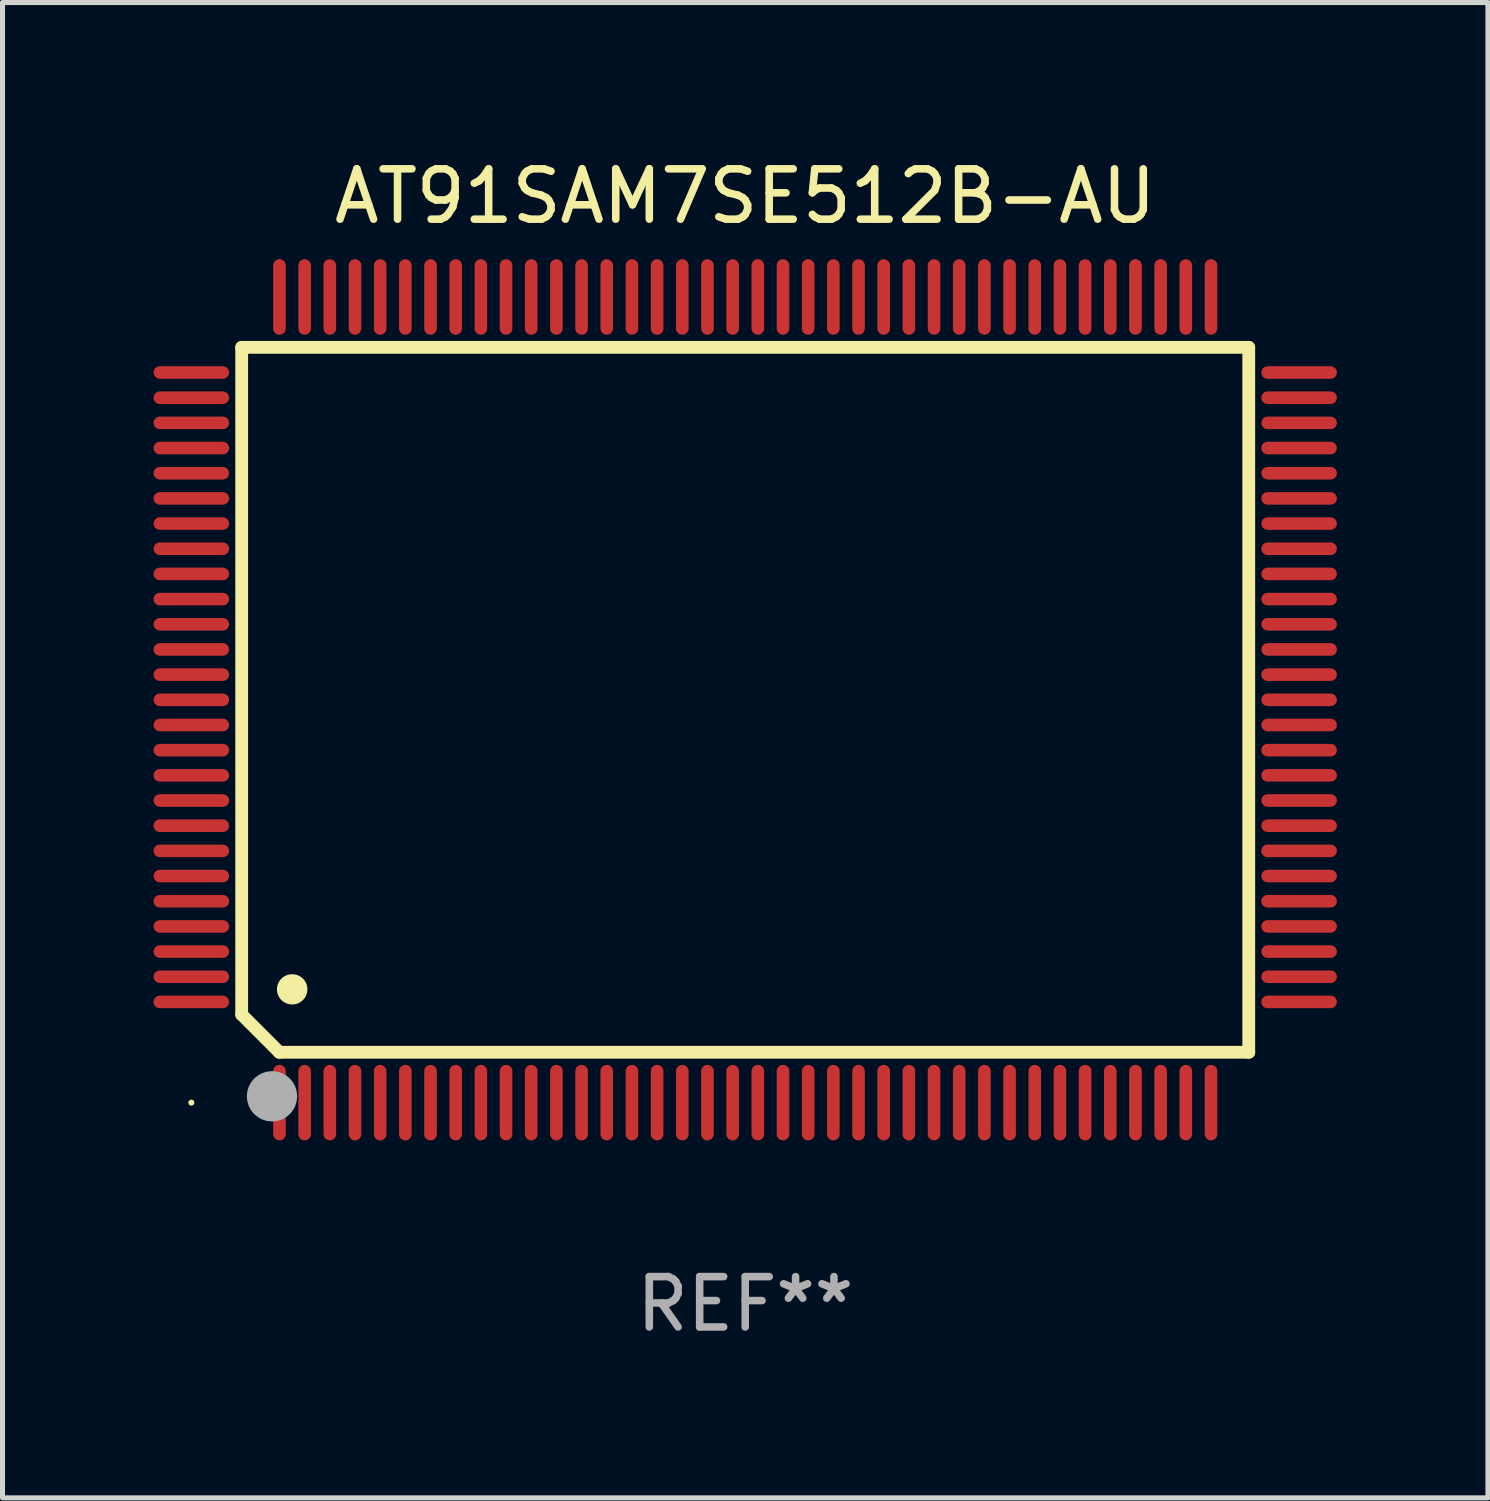
<source format=kicad_pcb>
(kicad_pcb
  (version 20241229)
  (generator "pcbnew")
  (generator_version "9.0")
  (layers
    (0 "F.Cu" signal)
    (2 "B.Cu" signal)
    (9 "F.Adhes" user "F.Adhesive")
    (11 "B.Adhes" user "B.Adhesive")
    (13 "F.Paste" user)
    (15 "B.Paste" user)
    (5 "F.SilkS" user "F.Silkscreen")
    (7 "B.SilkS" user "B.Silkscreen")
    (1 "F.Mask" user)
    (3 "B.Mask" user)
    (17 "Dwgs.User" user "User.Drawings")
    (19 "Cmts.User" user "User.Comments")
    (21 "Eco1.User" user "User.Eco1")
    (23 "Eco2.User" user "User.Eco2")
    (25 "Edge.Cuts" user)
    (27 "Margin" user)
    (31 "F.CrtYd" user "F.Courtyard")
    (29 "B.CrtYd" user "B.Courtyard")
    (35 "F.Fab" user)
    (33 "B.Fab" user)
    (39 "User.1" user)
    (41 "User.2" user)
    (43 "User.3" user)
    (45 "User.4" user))
  (footprint "AT91SAM7SE512B-AU"
    (layer "F.Cu")
    (at 11.75 10.848)
    (property "Reference" "AT91SAM7SE512B-AU" (at 0 -10 0) (layer "F.SilkS") (effects (font (size 1 1) (thickness 0.15))))
    (attr through_hole)
    (fp_line (start -10 -7) (end -10 6.25) (stroke (width 0.254) (type solid)) (layer "F.SilkS"))
    (fp_line (start -10 -7) (end 10 -7) (stroke (width 0.254) (type solid)) (layer "F.SilkS"))
    (fp_line (start -9.252 7) (end -10 6.252) (stroke (width 0.254) (type solid)) (layer "F.SilkS"))
    (fp_line (start 10 -7) (end 10 7) (stroke (width 0.254) (type solid)) (layer "F.SilkS"))
    (fp_line (start 10 7) (end -9.252 7) (stroke (width 0.254) (type solid)) (layer "F.SilkS"))
    (fp_arc (start -9.000025 5.750013) (mid -8.997485 5.750002) (end -8.994945 5.750013) (stroke (width 0.6) (type solid)) (layer "F.SilkS"))
    (fp_circle (center -11 8) (end -10.97 8) (stroke (width 0.06) (type solid)) (fill no) (layer "F.SilkS"))
    (fp_circle (center -9.398 7.874) (end -9.148 7.874) (stroke (width 0.5) (type solid)) (fill no) (layer "F.Fab"))
    (fp_text user "REF**" (at 0 12 0) (layer "F.Fab") (effects (font (size 1 1) (thickness 0.15))))
    (pad "1" smd oval (at -9.25 8) (size 0.25 1.5) (layers "F.Cu" "F.Mask" "F.Paste"))
    (pad "2" smd oval (at -8.75 8) (size 0.25 1.5) (layers "F.Cu" "F.Mask" "F.Paste"))
    (pad "3" smd oval (at -8.25 8) (size 0.25 1.5) (layers "F.Cu" "F.Mask" "F.Paste"))
    (pad "4" smd oval (at -7.75 8) (size 0.25 1.5) (layers "F.Cu" "F.Mask" "F.Paste"))
    (pad "5" smd oval (at -7.25 8) (size 0.25 1.5) (layers "F.Cu" "F.Mask" "F.Paste"))
    (pad "6" smd oval (at -6.75 8) (size 0.25 1.5) (layers "F.Cu" "F.Mask" "F.Paste"))
    (pad "7" smd oval (at -6.25 8) (size 0.25 1.5) (layers "F.Cu" "F.Mask" "F.Paste"))
    (pad "8" smd oval (at -5.75 8) (size 0.25 1.5) (layers "F.Cu" "F.Mask" "F.Paste"))
    (pad "9" smd oval (at -5.25 8) (size 0.25 1.5) (layers "F.Cu" "F.Mask" "F.Paste"))
    (pad "10" smd oval (at -4.75 8) (size 0.25 1.5) (layers "F.Cu" "F.Mask" "F.Paste"))
    (pad "11" smd oval (at -4.25 8) (size 0.25 1.5) (layers "F.Cu" "F.Mask" "F.Paste"))
    (pad "12" smd oval (at -3.75 8) (size 0.25 1.5) (layers "F.Cu" "F.Mask" "F.Paste"))
    (pad "13" smd oval (at -3.25 8) (size 0.25 1.5) (layers "F.Cu" "F.Mask" "F.Paste"))
    (pad "14" smd oval (at -2.75 8) (size 0.25 1.5) (layers "F.Cu" "F.Mask" "F.Paste"))
    (pad "15" smd oval (at -2.25 8) (size 0.25 1.5) (layers "F.Cu" "F.Mask" "F.Paste"))
    (pad "16" smd oval (at -1.75 8) (size 0.25 1.5) (layers "F.Cu" "F.Mask" "F.Paste"))
    (pad "17" smd oval (at -1.25 8) (size 0.25 1.5) (layers "F.Cu" "F.Mask" "F.Paste"))
    (pad "18" smd oval (at -0.75 8) (size 0.25 1.5) (layers "F.Cu" "F.Mask" "F.Paste"))
    (pad "19" smd oval (at -0.25 8) (size 0.25 1.5) (layers "F.Cu" "F.Mask" "F.Paste"))
    (pad "20" smd oval (at 0.25 8) (size 0.25 1.5) (layers "F.Cu" "F.Mask" "F.Paste"))
    (pad "21" smd oval (at 0.75 8) (size 0.25 1.5) (layers "F.Cu" "F.Mask" "F.Paste"))
    (pad "22" smd oval (at 1.25 8) (size 0.25 1.5) (layers "F.Cu" "F.Mask" "F.Paste"))
    (pad "23" smd oval (at 1.75 8) (size 0.25 1.5) (layers "F.Cu" "F.Mask" "F.Paste"))
    (pad "24" smd oval (at 2.25 8) (size 0.25 1.5) (layers "F.Cu" "F.Mask" "F.Paste"))
    (pad "25" smd oval (at 2.75 8) (size 0.25 1.5) (layers "F.Cu" "F.Mask" "F.Paste"))
    (pad "26" smd oval (at 3.25 8) (size 0.25 1.5) (layers "F.Cu" "F.Mask" "F.Paste"))
    (pad "27" smd oval (at 3.75 8) (size 0.25 1.5) (layers "F.Cu" "F.Mask" "F.Paste"))
    (pad "28" smd oval (at 4.25 8) (size 0.25 1.5) (layers "F.Cu" "F.Mask" "F.Paste"))
    (pad "29" smd oval (at 4.75 8) (size 0.25 1.5) (layers "F.Cu" "F.Mask" "F.Paste"))
    (pad "30" smd oval (at 5.25 8) (size 0.25 1.5) (layers "F.Cu" "F.Mask" "F.Paste"))
    (pad "31" smd oval (at 5.75 8) (size 0.25 1.5) (layers "F.Cu" "F.Mask" "F.Paste"))
    (pad "32" smd oval (at 6.25 8) (size 0.25 1.5) (layers "F.Cu" "F.Mask" "F.Paste"))
    (pad "33" smd oval (at 6.75 8 180) (size 0.25 1.5) (layers "F.Cu" "F.Mask" "F.Paste"))
    (pad "34" smd oval (at 7.25 8 180) (size 0.25 1.5) (layers "F.Cu" "F.Mask" "F.Paste"))
    (pad "35" smd oval (at 7.75 8 180) (size 0.25 1.5) (layers "F.Cu" "F.Mask" "F.Paste"))
    (pad "36" smd oval (at 8.25 8 180) (size 0.25 1.5) (layers "F.Cu" "F.Mask" "F.Paste"))
    (pad "37" smd oval (at 8.75 8 180) (size 0.25 1.5) (layers "F.Cu" "F.Mask" "F.Paste"))
    (pad "38" smd oval (at 9.25 8 180) (size 0.25 1.5) (layers "F.Cu" "F.Mask" "F.Paste"))
    (pad "39" smd oval (at 11 6 270) (size 0.25 1.5) (layers "F.Cu" "F.Mask" "F.Paste"))
    (pad "40" smd oval (at 11 5.5 270) (size 0.25 1.5) (layers "F.Cu" "F.Mask" "F.Paste"))
    (pad "41" smd oval (at 11 5 270) (size 0.25 1.5) (layers "F.Cu" "F.Mask" "F.Paste"))
    (pad "42" smd oval (at 11 4.5 270) (size 0.25 1.5) (layers "F.Cu" "F.Mask" "F.Paste"))
    (pad "43" smd oval (at 11 4 270) (size 0.25 1.5) (layers "F.Cu" "F.Mask" "F.Paste"))
    (pad "44" smd oval (at 11 3.5 270) (size 0.25 1.5) (layers "F.Cu" "F.Mask" "F.Paste"))
    (pad "45" smd oval (at 11 3 270) (size 0.25 1.5) (layers "F.Cu" "F.Mask" "F.Paste"))
    (pad "46" smd oval (at 11 2.5 270) (size 0.25 1.5) (layers "F.Cu" "F.Mask" "F.Paste"))
    (pad "47" smd oval (at 11 2 270) (size 0.25 1.5) (layers "F.Cu" "F.Mask" "F.Paste"))
    (pad "48" smd oval (at 11 1.5 270) (size 0.25 1.5) (layers "F.Cu" "F.Mask" "F.Paste"))
    (pad "49" smd oval (at 11 1 270) (size 0.25 1.5) (layers "F.Cu" "F.Mask" "F.Paste"))
    (pad "50" smd oval (at 11 0.5 270) (size 0.25 1.5) (layers "F.Cu" "F.Mask" "F.Paste"))
    (pad "51" smd oval (at 11 0 270) (size 0.25 1.5) (layers "F.Cu" "F.Mask" "F.Paste"))
    (pad "52" smd oval (at 11 -0.5 270) (size 0.25 1.5) (layers "F.Cu" "F.Mask" "F.Paste"))
    (pad "53" smd oval (at 11 -1 270) (size 0.25 1.5) (layers "F.Cu" "F.Mask" "F.Paste"))
    (pad "54" smd oval (at 11 -1.5 270) (size 0.25 1.5) (layers "F.Cu" "F.Mask" "F.Paste"))
    (pad "55" smd oval (at 11 -2 270) (size 0.25 1.5) (layers "F.Cu" "F.Mask" "F.Paste"))
    (pad "56" smd oval (at 11 -2.5 270) (size 0.25 1.5) (layers "F.Cu" "F.Mask" "F.Paste"))
    (pad "57" smd oval (at 11 -3 270) (size 0.25 1.5) (layers "F.Cu" "F.Mask" "F.Paste"))
    (pad "58" smd oval (at 11 -3.5 270) (size 0.25 1.5) (layers "F.Cu" "F.Mask" "F.Paste"))
    (pad "59" smd oval (at 11 -4 270) (size 0.25 1.5) (layers "F.Cu" "F.Mask" "F.Paste"))
    (pad "60" smd oval (at 11 -4.5 270) (size 0.25 1.5) (layers "F.Cu" "F.Mask" "F.Paste"))
    (pad "61" smd oval (at 11 -5 270) (size 0.25 1.5) (layers "F.Cu" "F.Mask" "F.Paste"))
    (pad "62" smd oval (at 11 -5.5 270) (size 0.25 1.5) (layers "F.Cu" "F.Mask" "F.Paste"))
    (pad "63" smd oval (at 11 -6 270) (size 0.25 1.5) (layers "F.Cu" "F.Mask" "F.Paste"))
    (pad "64" smd oval (at 11 -6.5 270) (size 0.25 1.5) (layers "F.Cu" "F.Mask" "F.Paste"))
    (pad "65" smd oval (at 9.25 -8 180) (size 0.25 1.5) (layers "F.Cu" "F.Mask" "F.Paste"))
    (pad "66" smd oval (at 8.75 -8 180) (size 0.25 1.5) (layers "F.Cu" "F.Mask" "F.Paste"))
    (pad "67" smd oval (at 8.25 -8 180) (size 0.25 1.5) (layers "F.Cu" "F.Mask" "F.Paste"))
    (pad "68" smd oval (at 7.75 -8 180) (size 0.25 1.5) (layers "F.Cu" "F.Mask" "F.Paste"))
    (pad "69" smd oval (at 7.25 -8 180) (size 0.25 1.5) (layers "F.Cu" "F.Mask" "F.Paste"))
    (pad "70" smd oval (at 6.75 -8 180) (size 0.25 1.5) (layers "F.Cu" "F.Mask" "F.Paste"))
    (pad "71" smd oval (at 6.25 -8 180) (size 0.25 1.5) (layers "F.Cu" "F.Mask" "F.Paste"))
    (pad "72" smd oval (at 5.75 -8 180) (size 0.25 1.5) (layers "F.Cu" "F.Mask" "F.Paste"))
    (pad "73" smd oval (at 5.25 -8 180) (size 0.25 1.5) (layers "F.Cu" "F.Mask" "F.Paste"))
    (pad "74" smd oval (at 4.75 -8 180) (size 0.25 1.5) (layers "F.Cu" "F.Mask" "F.Paste"))
    (pad "75" smd oval (at 4.25 -8 180) (size 0.25 1.5) (layers "F.Cu" "F.Mask" "F.Paste"))
    (pad "76" smd oval (at 3.75 -8 180) (size 0.25 1.5) (layers "F.Cu" "F.Mask" "F.Paste"))
    (pad "77" smd oval (at 3.25 -8 180) (size 0.25 1.5) (layers "F.Cu" "F.Mask" "F.Paste"))
    (pad "78" smd oval (at 2.75 -8 180) (size 0.25 1.5) (layers "F.Cu" "F.Mask" "F.Paste"))
    (pad "79" smd oval (at 2.25 -8 180) (size 0.25 1.5) (layers "F.Cu" "F.Mask" "F.Paste"))
    (pad "80" smd oval (at 1.75 -8 180) (size 0.25 1.5) (layers "F.Cu" "F.Mask" "F.Paste"))
    (pad "81" smd oval (at 1.25 -8 180) (size 0.25 1.5) (layers "F.Cu" "F.Mask" "F.Paste"))
    (pad "82" smd oval (at 0.75 -8 180) (size 0.25 1.5) (layers "F.Cu" "F.Mask" "F.Paste"))
    (pad "83" smd oval (at 0.25 -8 180) (size 0.25 1.5) (layers "F.Cu" "F.Mask" "F.Paste"))
    (pad "84" smd oval (at -0.25 -8 180) (size 0.25 1.5) (layers "F.Cu" "F.Mask" "F.Paste"))
    (pad "85" smd oval (at -0.75 -8 180) (size 0.25 1.5) (layers "F.Cu" "F.Mask" "F.Paste"))
    (pad "86" smd oval (at -1.25 -8 180) (size 0.25 1.5) (layers "F.Cu" "F.Mask" "F.Paste"))
    (pad "87" smd oval (at -1.75 -8 180) (size 0.25 1.5) (layers "F.Cu" "F.Mask" "F.Paste"))
    (pad "88" smd oval (at -2.25 -8 180) (size 0.25 1.5) (layers "F.Cu" "F.Mask" "F.Paste"))
    (pad "89" smd oval (at -2.75 -8 180) (size 0.25 1.5) (layers "F.Cu" "F.Mask" "F.Paste"))
    (pad "90" smd oval (at -3.25 -8 180) (size 0.25 1.5) (layers "F.Cu" "F.Mask" "F.Paste"))
    (pad "91" smd oval (at -3.75 -8 180) (size 0.25 1.5) (layers "F.Cu" "F.Mask" "F.Paste"))
    (pad "92" smd oval (at -4.25 -8 180) (size 0.25 1.5) (layers "F.Cu" "F.Mask" "F.Paste"))
    (pad "93" smd oval (at -4.75 -8 180) (size 0.25 1.5) (layers "F.Cu" "F.Mask" "F.Paste"))
    (pad "94" smd oval (at -5.25 -8 180) (size 0.25 1.5) (layers "F.Cu" "F.Mask" "F.Paste"))
    (pad "95" smd oval (at -5.75 -8 180) (size 0.25 1.5) (layers "F.Cu" "F.Mask" "F.Paste"))
    (pad "96" smd oval (at -6.25 -8 180) (size 0.25 1.5) (layers "F.Cu" "F.Mask" "F.Paste"))
    (pad "97" smd oval (at -6.75 -8 180) (size 0.25 1.5) (layers "F.Cu" "F.Mask" "F.Paste"))
    (pad "98" smd oval (at -7.25 -8 180) (size 0.25 1.5) (layers "F.Cu" "F.Mask" "F.Paste"))
    (pad "99" smd oval (at -7.75 -8 180) (size 0.25 1.5) (layers "F.Cu" "F.Mask" "F.Paste"))
    (pad "100" smd oval (at -8.25 -8 180) (size 0.25 1.5) (layers "F.Cu" "F.Mask" "F.Paste"))
    (pad "101" smd oval (at -8.75 -8 180) (size 0.25 1.5) (layers "F.Cu" "F.Mask" "F.Paste"))
    (pad "102" smd oval (at -9.25 -8) (size 0.25 1.5) (layers "F.Cu" "F.Mask" "F.Paste"))
    (pad "103" smd oval (at -11 -6.5 270) (size 0.25 1.5) (layers "F.Cu" "F.Mask" "F.Paste"))
    (pad "104" smd oval (at -11 -6 270) (size 0.25 1.5) (layers "F.Cu" "F.Mask" "F.Paste"))
    (pad "105" smd oval (at -11 -5.5 270) (size 0.25 1.5) (layers "F.Cu" "F.Mask" "F.Paste"))
    (pad "106" smd oval (at -11 -5 270) (size 0.25 1.5) (layers "F.Cu" "F.Mask" "F.Paste"))
    (pad "107" smd oval (at -11 -4.5 270) (size 0.25 1.5) (layers "F.Cu" "F.Mask" "F.Paste"))
    (pad "108" smd oval (at -11 -4 270) (size 0.25 1.5) (layers "F.Cu" "F.Mask" "F.Paste"))
    (pad "109" smd oval (at -11 -3.5 270) (size 0.25 1.5) (layers "F.Cu" "F.Mask" "F.Paste"))
    (pad "110" smd oval (at -11 -3 270) (size 0.25 1.5) (layers "F.Cu" "F.Mask" "F.Paste"))
    (pad "111" smd oval (at -11 -2.5 270) (size 0.25 1.5) (layers "F.Cu" "F.Mask" "F.Paste"))
    (pad "112" smd oval (at -11 -2 270) (size 0.25 1.5) (layers "F.Cu" "F.Mask" "F.Paste"))
    (pad "113" smd oval (at -11 -1.5 270) (size 0.25 1.5) (layers "F.Cu" "F.Mask" "F.Paste"))
    (pad "114" smd oval (at -11 -1 270) (size 0.25 1.5) (layers "F.Cu" "F.Mask" "F.Paste"))
    (pad "115" smd oval (at -11 -0.5 270) (size 0.25 1.5) (layers "F.Cu" "F.Mask" "F.Paste"))
    (pad "116" smd oval (at -11 0 270) (size 0.25 1.5) (layers "F.Cu" "F.Mask" "F.Paste"))
    (pad "117" smd oval (at -11 0.5 270) (size 0.25 1.5) (layers "F.Cu" "F.Mask" "F.Paste"))
    (pad "118" smd oval (at -11 1 270) (size 0.25 1.5) (layers "F.Cu" "F.Mask" "F.Paste"))
    (pad "119" smd oval (at -11 1.5 270) (size 0.25 1.5) (layers "F.Cu" "F.Mask" "F.Paste"))
    (pad "120" smd oval (at -11 2 270) (size 0.25 1.5) (layers "F.Cu" "F.Mask" "F.Paste"))
    (pad "121" smd oval (at -11 2.5 270) (size 0.25 1.5) (layers "F.Cu" "F.Mask" "F.Paste"))
    (pad "122" smd oval (at -11 3 270) (size 0.25 1.5) (layers "F.Cu" "F.Mask" "F.Paste"))
    (pad "123" smd oval (at -11 3.5 270) (size 0.25 1.5) (layers "F.Cu" "F.Mask" "F.Paste"))
    (pad "124" smd oval (at -11 4 270) (size 0.25 1.5) (layers "F.Cu" "F.Mask" "F.Paste"))
    (pad "125" smd oval (at -11 4.5 270) (size 0.25 1.5) (layers "F.Cu" "F.Mask" "F.Paste"))
    (pad "126" smd oval (at -11 5 270) (size 0.25 1.5) (layers "F.Cu" "F.Mask" "F.Paste"))
    (pad "127" smd oval (at -11 5.5 270) (size 0.25 1.5) (layers "F.Cu" "F.Mask" "F.Paste"))
    (pad "128" smd oval (at -11 6 270) (size 0.25 1.5) (layers "F.Cu" "F.Mask" "F.Paste")))
  (gr_rect
    (start -3 -3)
    (end 26.5 26.697)
    (stroke (width 0.1) (type default))
    (fill no)
    (layer "Edge.Cuts")))
</source>
